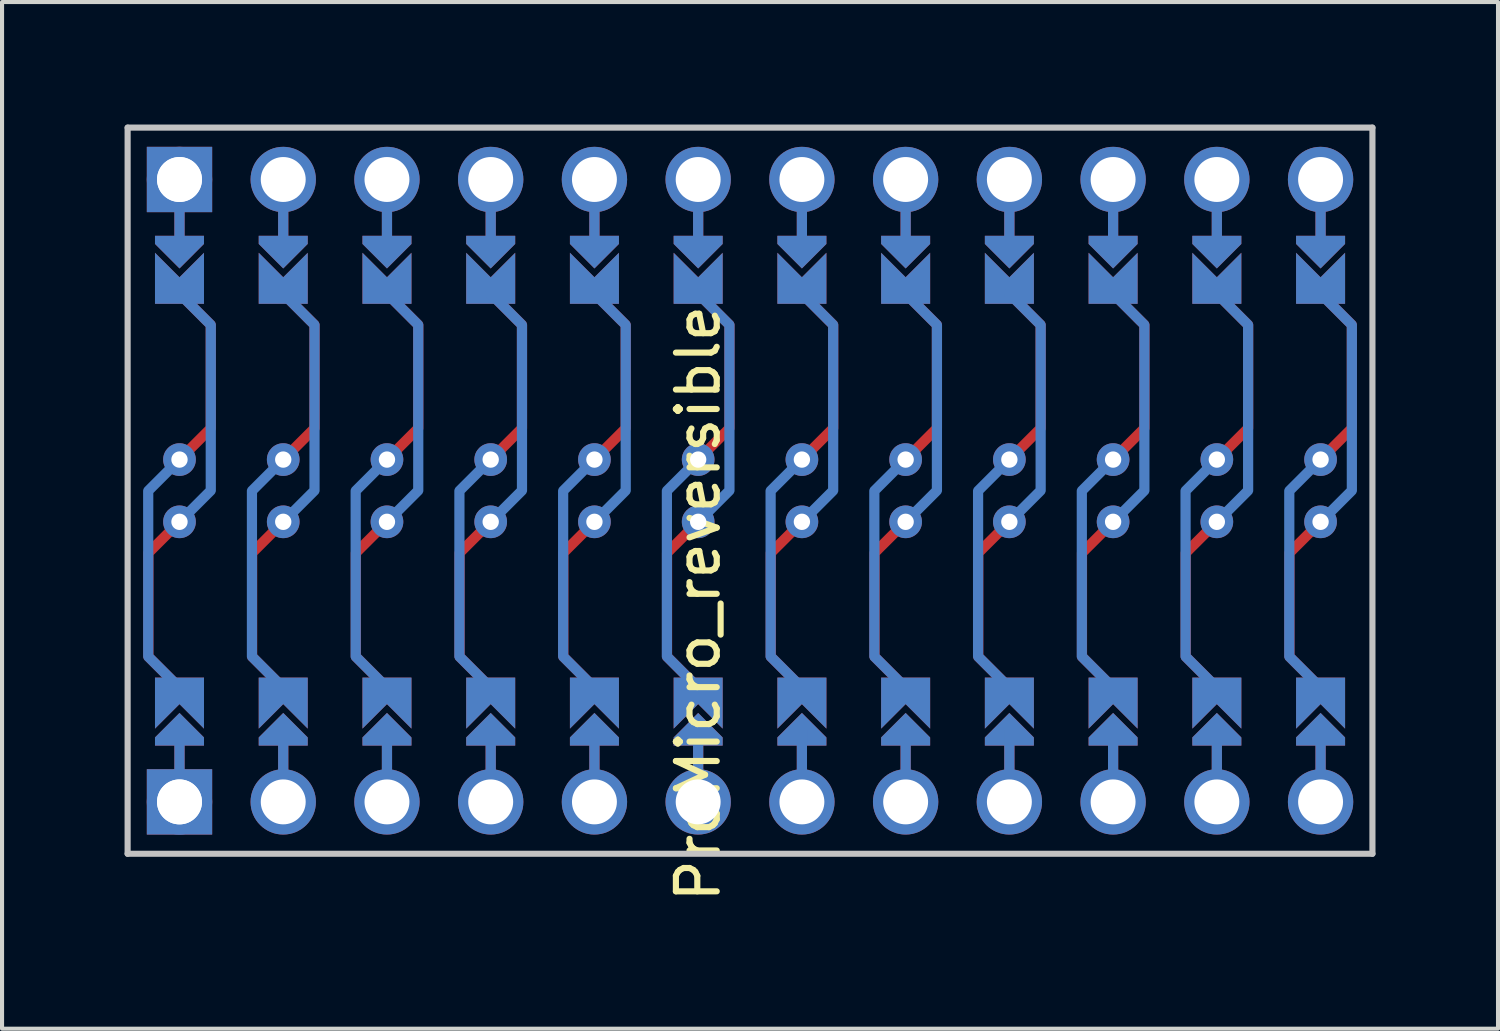
<source format=kicad_pcb>
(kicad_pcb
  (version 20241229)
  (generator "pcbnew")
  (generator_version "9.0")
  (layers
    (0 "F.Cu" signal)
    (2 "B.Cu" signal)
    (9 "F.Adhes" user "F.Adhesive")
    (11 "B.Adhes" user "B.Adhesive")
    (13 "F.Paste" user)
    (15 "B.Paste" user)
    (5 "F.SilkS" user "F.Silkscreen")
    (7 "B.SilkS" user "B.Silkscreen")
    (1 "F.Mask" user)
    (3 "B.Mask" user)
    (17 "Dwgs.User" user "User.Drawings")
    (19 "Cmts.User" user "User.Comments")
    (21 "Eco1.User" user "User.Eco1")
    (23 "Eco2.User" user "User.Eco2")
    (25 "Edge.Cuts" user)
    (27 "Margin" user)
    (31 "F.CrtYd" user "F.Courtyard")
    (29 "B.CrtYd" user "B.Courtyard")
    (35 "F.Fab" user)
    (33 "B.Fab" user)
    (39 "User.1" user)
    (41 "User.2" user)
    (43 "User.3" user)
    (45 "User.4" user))
  (footprint "ProMicro_reversible"
    (layer "F.Cu")
    (at 15.315 8.965)
    (property "Reference" "ProMicro_reversible" (at -1.27 2.762 90) (layer "F.SilkS") (effects (font (size 1 1) (thickness 0.15))))
    (attr through_hole)
    (fp_circle (center -13.97 -0.762) (end -13.845 -0.762) (stroke (width 0.25) (type solid)) (fill no) (layer "F.Mask"))
    (fp_circle (center -13.97 0.762) (end -13.845 0.762) (stroke (width 0.25) (type solid)) (fill no) (layer "F.Mask"))
    (fp_circle (center -11.43 -0.762) (end -11.305 -0.762) (stroke (width 0.25) (type solid)) (fill no) (layer "F.Mask"))
    (fp_circle (center -11.43 0.762) (end -11.305 0.762) (stroke (width 0.25) (type solid)) (fill no) (layer "F.Mask"))
    (fp_circle (center -8.89 -0.762) (end -8.765 -0.762) (stroke (width 0.25) (type solid)) (fill no) (layer "F.Mask"))
    (fp_circle (center -8.89 0.762) (end -8.765 0.762) (stroke (width 0.25) (type solid)) (fill no) (layer "F.Mask"))
    (fp_circle (center -6.35 -0.762) (end -6.225 -0.762) (stroke (width 0.25) (type solid)) (fill no) (layer "F.Mask"))
    (fp_circle (center -6.35 0.762) (end -6.225 0.762) (stroke (width 0.25) (type solid)) (fill no) (layer "F.Mask"))
    (fp_circle (center -3.81 -0.762) (end -3.685 -0.762) (stroke (width 0.25) (type solid)) (fill no) (layer "F.Mask"))
    (fp_circle (center -3.81 0.762) (end -3.685 0.762) (stroke (width 0.25) (type solid)) (fill no) (layer "F.Mask"))
    (fp_circle (center -1.27 -0.762) (end -1.145 -0.762) (stroke (width 0.25) (type solid)) (fill no) (layer "F.Mask"))
    (fp_circle (center -1.27 0.762) (end -1.145 0.762) (stroke (width 0.25) (type solid)) (fill no) (layer "F.Mask"))
    (fp_circle (center 1.27 -0.762) (end 1.395 -0.762) (stroke (width 0.25) (type solid)) (fill no) (layer "F.Mask"))
    (fp_circle (center 1.27 0.762) (end 1.395 0.762) (stroke (width 0.25) (type solid)) (fill no) (layer "F.Mask"))
    (fp_circle (center 3.81 -0.762) (end 3.935 -0.762) (stroke (width 0.25) (type solid)) (fill no) (layer "F.Mask"))
    (fp_circle (center 3.81 0.762) (end 3.935 0.762) (stroke (width 0.25) (type solid)) (fill no) (layer "F.Mask"))
    (fp_circle (center 6.35 -0.762) (end 6.475 -0.762) (stroke (width 0.25) (type solid)) (fill no) (layer "F.Mask"))
    (fp_circle (center 6.35 0.762) (end 6.475 0.762) (stroke (width 0.25) (type solid)) (fill no) (layer "F.Mask"))
    (fp_circle (center 8.89 -0.762) (end 9.015 -0.762) (stroke (width 0.25) (type solid)) (fill no) (layer "F.Mask"))
    (fp_circle (center 8.89 0.762) (end 9.015 0.762) (stroke (width 0.25) (type solid)) (fill no) (layer "F.Mask"))
    (fp_circle (center 11.43 -0.762) (end 11.555 -0.762) (stroke (width 0.25) (type solid)) (fill no) (layer "F.Mask"))
    (fp_circle (center 11.43 0.762) (end 11.555 0.762) (stroke (width 0.25) (type solid)) (fill no) (layer "F.Mask"))
    (fp_circle (center 13.97 -0.762) (end 14.095 -0.762) (stroke (width 0.25) (type solid)) (fill no) (layer "F.Mask"))
    (fp_circle (center 13.97 0.762) (end 14.095 0.762) (stroke (width 0.25) (type solid)) (fill no) (layer "F.Mask"))
    (fp_poly (pts (xy -14.478 5.08) (xy -13.462 5.08) (xy -13.462 6.096) (xy -14.478 6.096)) (stroke (width 0.1) (type solid)) (fill yes) (layer "F.Mask"))
    (fp_poly (pts (xy -13.462 -5.08) (xy -14.478 -5.08) (xy -14.478 -6.096) (xy -13.462 -6.096)) (stroke (width 0.1) (type solid)) (fill yes) (layer "F.Mask"))
    (fp_poly (pts (xy -11.938 5.08) (xy -10.922 5.08) (xy -10.922 6.096) (xy -11.938 6.096)) (stroke (width 0.1) (type solid)) (fill yes) (layer "F.Mask"))
    (fp_poly (pts (xy -10.922 -5.08) (xy -11.938 -5.08) (xy -11.938 -6.096) (xy -10.922 -6.096)) (stroke (width 0.1) (type solid)) (fill yes) (layer "F.Mask"))
    (fp_poly (pts (xy -9.398 5.08) (xy -8.382 5.08) (xy -8.382 6.096) (xy -9.398 6.096)) (stroke (width 0.1) (type solid)) (fill yes) (layer "F.Mask"))
    (fp_poly (pts (xy -8.382 -5.08) (xy -9.398 -5.08) (xy -9.398 -6.096) (xy -8.382 -6.096)) (stroke (width 0.1) (type solid)) (fill yes) (layer "F.Mask"))
    (fp_poly (pts (xy -6.858 5.08) (xy -5.842 5.08) (xy -5.842 6.096) (xy -6.858 6.096)) (stroke (width 0.1) (type solid)) (fill yes) (layer "F.Mask"))
    (fp_poly (pts (xy -5.842 -5.08) (xy -6.858 -5.08) (xy -6.858 -6.096) (xy -5.842 -6.096)) (stroke (width 0.1) (type solid)) (fill yes) (layer "F.Mask"))
    (fp_poly (pts (xy -4.318 5.08) (xy -3.302 5.08) (xy -3.302 6.096) (xy -4.318 6.096)) (stroke (width 0.1) (type solid)) (fill yes) (layer "F.Mask"))
    (fp_poly (pts (xy -3.302 -5.08) (xy -4.318 -5.08) (xy -4.318 -6.096) (xy -3.302 -6.096)) (stroke (width 0.1) (type solid)) (fill yes) (layer "F.Mask"))
    (fp_poly (pts (xy -1.778 5.08) (xy -0.762 5.08) (xy -0.762 6.096) (xy -1.778 6.096)) (stroke (width 0.1) (type solid)) (fill yes) (layer "F.Mask"))
    (fp_poly (pts (xy -0.762 -5.08) (xy -1.778 -5.08) (xy -1.778 -6.096) (xy -0.762 -6.096)) (stroke (width 0.1) (type solid)) (fill yes) (layer "F.Mask"))
    (fp_poly (pts (xy 0.762 5.08) (xy 1.778 5.08) (xy 1.778 6.096) (xy 0.762 6.096)) (stroke (width 0.1) (type solid)) (fill yes) (layer "F.Mask"))
    (fp_poly (pts (xy 1.778 -5.08) (xy 0.762 -5.08) (xy 0.762 -6.096) (xy 1.778 -6.096)) (stroke (width 0.1) (type solid)) (fill yes) (layer "F.Mask"))
    (fp_poly (pts (xy 3.302 5.08) (xy 4.318 5.08) (xy 4.318 6.096) (xy 3.302 6.096)) (stroke (width 0.1) (type solid)) (fill yes) (layer "F.Mask"))
    (fp_poly (pts (xy 4.318 -5.08) (xy 3.302 -5.08) (xy 3.302 -6.096) (xy 4.318 -6.096)) (stroke (width 0.1) (type solid)) (fill yes) (layer "F.Mask"))
    (fp_poly (pts (xy 5.842 5.08) (xy 6.858 5.08) (xy 6.858 6.096) (xy 5.842 6.096)) (stroke (width 0.1) (type solid)) (fill yes) (layer "F.Mask"))
    (fp_poly (pts (xy 6.858 -5.08) (xy 5.842 -5.08) (xy 5.842 -6.096) (xy 6.858 -6.096)) (stroke (width 0.1) (type solid)) (fill yes) (layer "F.Mask"))
    (fp_poly (pts (xy 8.382 5.08) (xy 9.398 5.08) (xy 9.398 6.096) (xy 8.382 6.096)) (stroke (width 0.1) (type solid)) (fill yes) (layer "F.Mask"))
    (fp_poly (pts (xy 9.398 -5.08) (xy 8.382 -5.08) (xy 8.382 -6.096) (xy 9.398 -6.096)) (stroke (width 0.1) (type solid)) (fill yes) (layer "F.Mask"))
    (fp_poly (pts (xy 10.922 5.08) (xy 11.938 5.08) (xy 11.938 6.096) (xy 10.922 6.096)) (stroke (width 0.1) (type solid)) (fill yes) (layer "F.Mask"))
    (fp_poly (pts (xy 11.938 -5.08) (xy 10.922 -5.08) (xy 10.922 -6.096) (xy 11.938 -6.096)) (stroke (width 0.1) (type solid)) (fill yes) (layer "F.Mask"))
    (fp_poly (pts (xy 13.462 5.08) (xy 14.478 5.08) (xy 14.478 6.096) (xy 13.462 6.096)) (stroke (width 0.1) (type solid)) (fill yes) (layer "F.Mask"))
    (fp_poly (pts (xy 14.478 -5.08) (xy 13.462 -5.08) (xy 13.462 -6.096) (xy 14.478 -6.096)) (stroke (width 0.1) (type solid)) (fill yes) (layer "F.Mask"))
    (fp_circle (center -13.97 -0.762) (end -13.845 -0.762) (stroke (width 0.25) (type solid)) (fill no) (layer "B.Mask"))
    (fp_circle (center -13.97 0.762) (end -13.845 0.762) (stroke (width 0.25) (type solid)) (fill no) (layer "B.Mask"))
    (fp_circle (center -11.43 -0.762) (end -11.305 -0.762) (stroke (width 0.25) (type solid)) (fill no) (layer "B.Mask"))
    (fp_circle (center -11.43 0.762) (end -11.305 0.762) (stroke (width 0.25) (type solid)) (fill no) (layer "B.Mask"))
    (fp_circle (center -8.89 -0.762) (end -8.765 -0.762) (stroke (width 0.25) (type solid)) (fill no) (layer "B.Mask"))
    (fp_circle (center -8.89 0.762) (end -8.765 0.762) (stroke (width 0.25) (type solid)) (fill no) (layer "B.Mask"))
    (fp_circle (center -6.35 -0.762) (end -6.225 -0.762) (stroke (width 0.25) (type solid)) (fill no) (layer "B.Mask"))
    (fp_circle (center -6.35 0.762) (end -6.225 0.762) (stroke (width 0.25) (type solid)) (fill no) (layer "B.Mask"))
    (fp_circle (center -3.81 -0.762) (end -3.685 -0.762) (stroke (width 0.25) (type solid)) (fill no) (layer "B.Mask"))
    (fp_circle (center -3.81 0.762) (end -3.685 0.762) (stroke (width 0.25) (type solid)) (fill no) (layer "B.Mask"))
    (fp_circle (center -1.27 -0.762) (end -1.145 -0.762) (stroke (width 0.25) (type solid)) (fill no) (layer "B.Mask"))
    (fp_circle (center -1.27 0.762) (end -1.145 0.762) (stroke (width 0.25) (type solid)) (fill no) (layer "B.Mask"))
    (fp_circle (center 1.27 -0.762) (end 1.395 -0.762) (stroke (width 0.25) (type solid)) (fill no) (layer "B.Mask"))
    (fp_circle (center 1.27 0.762) (end 1.395 0.762) (stroke (width 0.25) (type solid)) (fill no) (layer "B.Mask"))
    (fp_circle (center 3.81 -0.762) (end 3.935 -0.762) (stroke (width 0.25) (type solid)) (fill no) (layer "B.Mask"))
    (fp_circle (center 3.81 0.762) (end 3.935 0.762) (stroke (width 0.25) (type solid)) (fill no) (layer "B.Mask"))
    (fp_circle (center 6.35 -0.762) (end 6.475 -0.762) (stroke (width 0.25) (type solid)) (fill no) (layer "B.Mask"))
    (fp_circle (center 6.35 0.762) (end 6.475 0.762) (stroke (width 0.25) (type solid)) (fill no) (layer "B.Mask"))
    (fp_circle (center 8.89 -0.762) (end 9.015 -0.762) (stroke (width 0.25) (type solid)) (fill no) (layer "B.Mask"))
    (fp_circle (center 8.89 0.762) (end 9.015 0.762) (stroke (width 0.25) (type solid)) (fill no) (layer "B.Mask"))
    (fp_circle (center 11.43 -0.762) (end 11.555 -0.762) (stroke (width 0.25) (type solid)) (fill no) (layer "B.Mask"))
    (fp_circle (center 11.43 0.762) (end 11.555 0.762) (stroke (width 0.25) (type solid)) (fill no) (layer "B.Mask"))
    (fp_circle (center 13.97 -0.762) (end 14.095 -0.762) (stroke (width 0.25) (type solid)) (fill no) (layer "B.Mask"))
    (fp_circle (center 13.97 0.762) (end 14.095 0.762) (stroke (width 0.25) (type solid)) (fill no) (layer "B.Mask"))
    (fp_poly (pts (xy -14.478 5.08) (xy -13.462 5.08) (xy -13.462 6.096) (xy -14.478 6.096)) (stroke (width 0.1) (type solid)) (fill yes) (layer "B.Mask"))
    (fp_poly (pts (xy -13.462 -5.08) (xy -14.478 -5.08) (xy -14.478 -6.096) (xy -13.462 -6.096)) (stroke (width 0.1) (type solid)) (fill yes) (layer "B.Mask"))
    (fp_poly (pts (xy -11.938 5.08) (xy -10.922 5.08) (xy -10.922 6.096) (xy -11.938 6.096)) (stroke (width 0.1) (type solid)) (fill yes) (layer "B.Mask"))
    (fp_poly (pts (xy -10.922 -5.08) (xy -11.938 -5.08) (xy -11.938 -6.096) (xy -10.922 -6.096)) (stroke (width 0.1) (type solid)) (fill yes) (layer "B.Mask"))
    (fp_poly (pts (xy -9.398 5.08) (xy -8.382 5.08) (xy -8.382 6.096) (xy -9.398 6.096)) (stroke (width 0.1) (type solid)) (fill yes) (layer "B.Mask"))
    (fp_poly (pts (xy -8.382 -5.08) (xy -9.398 -5.08) (xy -9.398 -6.096) (xy -8.382 -6.096)) (stroke (width 0.1) (type solid)) (fill yes) (layer "B.Mask"))
    (fp_poly (pts (xy -6.858 5.08) (xy -5.842 5.08) (xy -5.842 6.096) (xy -6.858 6.096)) (stroke (width 0.1) (type solid)) (fill yes) (layer "B.Mask"))
    (fp_poly (pts (xy -5.842 -5.08) (xy -6.858 -5.08) (xy -6.858 -6.096) (xy -5.842 -6.096)) (stroke (width 0.1) (type solid)) (fill yes) (layer "B.Mask"))
    (fp_poly (pts (xy -4.318 5.08) (xy -3.302 5.08) (xy -3.302 6.096) (xy -4.318 6.096)) (stroke (width 0.1) (type solid)) (fill yes) (layer "B.Mask"))
    (fp_poly (pts (xy -3.302 -5.08) (xy -4.318 -5.08) (xy -4.318 -6.096) (xy -3.302 -6.096)) (stroke (width 0.1) (type solid)) (fill yes) (layer "B.Mask"))
    (fp_poly (pts (xy -1.778 5.08) (xy -0.762 5.08) (xy -0.762 6.096) (xy -1.778 6.096)) (stroke (width 0.1) (type solid)) (fill yes) (layer "B.Mask"))
    (fp_poly (pts (xy -0.762 -5.08) (xy -1.778 -5.08) (xy -1.778 -6.096) (xy -0.762 -6.096)) (stroke (width 0.1) (type solid)) (fill yes) (layer "B.Mask"))
    (fp_poly (pts (xy 0.762 5.08) (xy 1.778 5.08) (xy 1.778 6.096) (xy 0.762 6.096)) (stroke (width 0.1) (type solid)) (fill yes) (layer "B.Mask"))
    (fp_poly (pts (xy 1.778 -5.08) (xy 0.762 -5.08) (xy 0.762 -6.096) (xy 1.778 -6.096)) (stroke (width 0.1) (type solid)) (fill yes) (layer "B.Mask"))
    (fp_poly (pts (xy 3.302 5.08) (xy 4.318 5.08) (xy 4.318 6.096) (xy 3.302 6.096)) (stroke (width 0.1) (type solid)) (fill yes) (layer "B.Mask"))
    (fp_poly (pts (xy 4.318 -5.08) (xy 3.302 -5.08) (xy 3.302 -6.096) (xy 4.318 -6.096)) (stroke (width 0.1) (type solid)) (fill yes) (layer "B.Mask"))
    (fp_poly (pts (xy 5.842 5.08) (xy 6.858 5.08) (xy 6.858 6.096) (xy 5.842 6.096)) (stroke (width 0.1) (type solid)) (fill yes) (layer "B.Mask"))
    (fp_poly (pts (xy 6.858 -5.08) (xy 5.842 -5.08) (xy 5.842 -6.096) (xy 6.858 -6.096)) (stroke (width 0.1) (type solid)) (fill yes) (layer "B.Mask"))
    (fp_poly (pts (xy 8.382 5.08) (xy 9.398 5.08) (xy 9.398 6.096) (xy 8.382 6.096)) (stroke (width 0.1) (type solid)) (fill yes) (layer "B.Mask"))
    (fp_poly (pts (xy 9.398 -5.08) (xy 8.382 -5.08) (xy 8.382 -6.096) (xy 9.398 -6.096)) (stroke (width 0.1) (type solid)) (fill yes) (layer "B.Mask"))
    (fp_poly (pts (xy 10.922 5.08) (xy 11.938 5.08) (xy 11.938 6.096) (xy 10.922 6.096)) (stroke (width 0.1) (type solid)) (fill yes) (layer "B.Mask"))
    (fp_poly (pts (xy 11.938 -5.08) (xy 10.922 -5.08) (xy 10.922 -6.096) (xy 11.938 -6.096)) (stroke (width 0.1) (type solid)) (fill yes) (layer "B.Mask"))
    (fp_poly (pts (xy 13.462 5.08) (xy 14.478 5.08) (xy 14.478 6.096) (xy 13.462 6.096)) (stroke (width 0.1) (type solid)) (fill yes) (layer "B.Mask"))
    (fp_poly (pts (xy 14.478 -5.08) (xy 13.462 -5.08) (xy 13.462 -6.096) (xy 14.478 -6.096)) (stroke (width 0.1) (type solid)) (fill yes) (layer "B.Mask"))
    (fp_line (start -15.24 -8.89) (end 15.24 -8.89) (stroke (width 0.15) (type solid)) (layer "Dwgs.User"))
    (fp_line (start -15.24 8.89) (end -15.24 -8.89) (stroke (width 0.15) (type solid)) (layer "Dwgs.User"))
    (fp_line (start -15.24 8.89) (end 15.24 8.89) (stroke (width 0.15) (type solid)) (layer "Dwgs.User"))
    (fp_line (start 15.24 -8.89) (end 15.24 8.89) (stroke (width 0.15) (type solid)) (layer "Dwgs.User"))
    (pad "" thru_hole circle (at -13.97 -7.62) (size 1.6 1.6) (drill 1.1) (layers "*.Cu" "*.Mask"))
    (pad "" thru_hole rect (at -13.97 -7.62) (size 1.6 1.6) (drill 1.1) (layers "B.Cu" "B.Mask"))
    (pad "" smd custom (at -13.97 -6.35) (size 0.25 1) (layers "F.Cu") (options (anchor rect)) (primitives))
    (pad "" smd custom (at -13.97 -6.35) (size 0.25 1) (layers "B.Cu") (options (anchor rect)) (primitives))
    (pad "" smd custom (at -13.97 -5.842) (size 0.1 0.1) (layers "F.Cu" "F.Mask") (options (anchor rect)) (primitives (gr_poly (pts (xy 0.6 -0.4) (xy -0.6 -0.4) (xy -0.6 -0.2) (xy 0 0.4) (xy 0.6 -0.2)) (width 0) (fill yes))))
    (pad "" smd custom (at -13.97 -5.842) (size 0.1 0.1) (layers "B.Cu" "B.Mask") (options (anchor rect)) (primitives (gr_poly (pts (xy 0.6 -0.4) (xy -0.6 -0.4) (xy -0.6 -0.2) (xy 0 0.4) (xy 0.6 -0.2)) (width 0) (fill yes))))
    (pad "" smd custom (at -13.97 5.842 180) (size 0.1 0.1) (layers "F.Cu" "F.Mask") (options (anchor rect)) (primitives (gr_poly (pts (xy 0.6 -0.4) (xy -0.6 -0.4) (xy -0.6 -0.2) (xy 0 0.4) (xy 0.6 -0.2)) (width 0) (fill yes))))
    (pad "" smd custom (at -13.97 5.842 180) (size 0.1 0.1) (layers "B.Cu" "B.Mask") (options (anchor rect)) (primitives (gr_poly (pts (xy 0.6 -0.4) (xy -0.6 -0.4) (xy -0.6 -0.2) (xy 0 0.4) (xy 0.6 -0.2)) (width 0) (fill yes))))
    (pad "" smd custom (at -13.97 6.35 180) (size 0.25 1) (layers "F.Cu") (options (anchor rect)) (primitives))
    (pad "" smd custom (at -13.97 6.35 180) (size 0.25 1) (layers "B.Cu") (options (anchor rect)) (primitives))
    (pad "" thru_hole circle (at -13.97 7.62) (size 1.6 1.6) (drill 1.1) (layers "*.Cu" "*.Mask"))
    (pad "" thru_hole rect (at -13.97 7.62) (size 1.6 1.6) (drill 1.1) (layers "F.Cu" "F.Mask"))
    (pad "" thru_hole circle (at -11.43 -7.62) (size 1.6 1.6) (drill 1.1) (layers "*.Cu" "*.Mask"))
    (pad "" smd custom (at -11.43 -6.35) (size 0.25 1) (layers "F.Cu") (options (anchor rect)) (primitives))
    (pad "" smd custom (at -11.43 -6.35) (size 0.25 1) (layers "B.Cu") (options (anchor rect)) (primitives))
    (pad "" smd custom (at -11.43 -5.842) (size 0.1 0.1) (layers "F.Cu" "F.Mask") (options (anchor rect)) (primitives (gr_poly (pts (xy 0.6 -0.4) (xy -0.6 -0.4) (xy -0.6 -0.2) (xy 0 0.4) (xy 0.6 -0.2)) (width 0) (fill yes))))
    (pad "" smd custom (at -11.43 -5.842) (size 0.1 0.1) (layers "B.Cu" "B.Mask") (options (anchor rect)) (primitives (gr_poly (pts (xy 0.6 -0.4) (xy -0.6 -0.4) (xy -0.6 -0.2) (xy 0 0.4) (xy 0.6 -0.2)) (width 0) (fill yes))))
    (pad "" smd custom (at -11.43 5.842 180) (size 0.1 0.1) (layers "F.Cu" "F.Mask") (options (anchor rect)) (primitives (gr_poly (pts (xy 0.6 -0.4) (xy -0.6 -0.4) (xy -0.6 -0.2) (xy 0 0.4) (xy 0.6 -0.2)) (width 0) (fill yes))))
    (pad "" smd custom (at -11.43 5.842 180) (size 0.1 0.1) (layers "B.Cu" "B.Mask") (options (anchor rect)) (primitives (gr_poly (pts (xy 0.6 -0.4) (xy -0.6 -0.4) (xy -0.6 -0.2) (xy 0 0.4) (xy 0.6 -0.2)) (width 0) (fill yes))))
    (pad "" smd custom (at -11.43 6.35 180) (size 0.25 1) (layers "F.Cu") (options (anchor rect)) (primitives))
    (pad "" smd custom (at -11.43 6.35 180) (size 0.25 1) (layers "B.Cu") (options (anchor rect)) (primitives))
    (pad "" thru_hole circle (at -11.43 7.62) (size 1.6 1.6) (drill 1.1) (layers "*.Cu" "*.Mask"))
    (pad "" thru_hole circle (at -8.89 -7.62) (size 1.6 1.6) (drill 1.1) (layers "*.Cu" "*.Mask"))
    (pad "" smd custom (at -8.89 -6.35) (size 0.25 1) (layers "F.Cu") (options (anchor rect)) (primitives))
    (pad "" smd custom (at -8.89 -6.35) (size 0.25 1) (layers "B.Cu") (options (anchor rect)) (primitives))
    (pad "" smd custom (at -8.89 -5.842) (size 0.1 0.1) (layers "F.Cu" "F.Mask") (options (anchor rect)) (primitives (gr_poly (pts (xy 0.6 -0.4) (xy -0.6 -0.4) (xy -0.6 -0.2) (xy 0 0.4) (xy 0.6 -0.2)) (width 0) (fill yes))))
    (pad "" smd custom (at -8.89 -5.842) (size 0.1 0.1) (layers "B.Cu" "B.Mask") (options (anchor rect)) (primitives (gr_poly (pts (xy 0.6 -0.4) (xy -0.6 -0.4) (xy -0.6 -0.2) (xy 0 0.4) (xy 0.6 -0.2)) (width 0) (fill yes))))
    (pad "" smd custom (at -8.89 5.842 180) (size 0.1 0.1) (layers "F.Cu" "F.Mask") (options (anchor rect)) (primitives (gr_poly (pts (xy 0.6 -0.4) (xy -0.6 -0.4) (xy -0.6 -0.2) (xy 0 0.4) (xy 0.6 -0.2)) (width 0) (fill yes))))
    (pad "" smd custom (at -8.89 5.842 180) (size 0.1 0.1) (layers "B.Cu" "B.Mask") (options (anchor rect)) (primitives (gr_poly (pts (xy 0.6 -0.4) (xy -0.6 -0.4) (xy -0.6 -0.2) (xy 0 0.4) (xy 0.6 -0.2)) (width 0) (fill yes))))
    (pad "" smd custom (at -8.89 6.35 180) (size 0.25 1) (layers "F.Cu") (options (anchor rect)) (primitives))
    (pad "" smd custom (at -8.89 6.35 180) (size 0.25 1) (layers "B.Cu") (options (anchor rect)) (primitives))
    (pad "" thru_hole circle (at -8.89 7.62) (size 1.6 1.6) (drill 1.1) (layers "*.Cu" "*.Mask"))
    (pad "" thru_hole circle (at -6.35 -7.62) (size 1.6 1.6) (drill 1.1) (layers "*.Cu" "*.Mask"))
    (pad "" smd custom (at -6.35 -6.35) (size 0.25 1) (layers "F.Cu") (options (anchor rect)) (primitives))
    (pad "" smd custom (at -6.35 -6.35) (size 0.25 1) (layers "B.Cu") (options (anchor rect)) (primitives))
    (pad "" smd custom (at -6.35 -5.842) (size 0.1 0.1) (layers "F.Cu" "F.Mask") (options (anchor rect)) (primitives (gr_poly (pts (xy 0.6 -0.4) (xy -0.6 -0.4) (xy -0.6 -0.2) (xy 0 0.4) (xy 0.6 -0.2)) (width 0) (fill yes))))
    (pad "" smd custom (at -6.35 -5.842) (size 0.1 0.1) (layers "B.Cu" "B.Mask") (options (anchor rect)) (primitives (gr_poly (pts (xy 0.6 -0.4) (xy -0.6 -0.4) (xy -0.6 -0.2) (xy 0 0.4) (xy 0.6 -0.2)) (width 0) (fill yes))))
    (pad "" smd custom (at -6.35 5.842 180) (size 0.1 0.1) (layers "F.Cu" "F.Mask") (options (anchor rect)) (primitives (gr_poly (pts (xy 0.6 -0.4) (xy -0.6 -0.4) (xy -0.6 -0.2) (xy 0 0.4) (xy 0.6 -0.2)) (width 0) (fill yes))))
    (pad "" smd custom (at -6.35 5.842 180) (size 0.1 0.1) (layers "B.Cu" "B.Mask") (options (anchor rect)) (primitives (gr_poly (pts (xy 0.6 -0.4) (xy -0.6 -0.4) (xy -0.6 -0.2) (xy 0 0.4) (xy 0.6 -0.2)) (width 0) (fill yes))))
    (pad "" smd custom (at -6.35 6.35 180) (size 0.25 1) (layers "F.Cu") (options (anchor rect)) (primitives))
    (pad "" smd custom (at -6.35 6.35 180) (size 0.25 1) (layers "B.Cu") (options (anchor rect)) (primitives))
    (pad "" thru_hole circle (at -6.35 7.62) (size 1.6 1.6) (drill 1.1) (layers "*.Cu" "*.Mask"))
    (pad "" thru_hole circle (at -3.81 -7.62) (size 1.6 1.6) (drill 1.1) (layers "*.Cu" "*.Mask"))
    (pad "" smd custom (at -3.81 -6.35) (size 0.25 1) (layers "F.Cu") (options (anchor rect)) (primitives))
    (pad "" smd custom (at -3.81 -6.35) (size 0.25 1) (layers "B.Cu") (options (anchor rect)) (primitives))
    (pad "" smd custom (at -3.81 -5.842) (size 0.1 0.1) (layers "F.Cu" "F.Mask") (options (anchor rect)) (primitives (gr_poly (pts (xy 0.6 -0.4) (xy -0.6 -0.4) (xy -0.6 -0.2) (xy 0 0.4) (xy 0.6 -0.2)) (width 0) (fill yes))))
    (pad "" smd custom (at -3.81 -5.842) (size 0.1 0.1) (layers "B.Cu" "B.Mask") (options (anchor rect)) (primitives (gr_poly (pts (xy 0.6 -0.4) (xy -0.6 -0.4) (xy -0.6 -0.2) (xy 0 0.4) (xy 0.6 -0.2)) (width 0) (fill yes))))
    (pad "" smd custom (at -3.81 5.842 180) (size 0.1 0.1) (layers "F.Cu" "F.Mask") (options (anchor rect)) (primitives (gr_poly (pts (xy 0.6 -0.4) (xy -0.6 -0.4) (xy -0.6 -0.2) (xy 0 0.4) (xy 0.6 -0.2)) (width 0) (fill yes))))
    (pad "" smd custom (at -3.81 5.842 180) (size 0.1 0.1) (layers "B.Cu" "B.Mask") (options (anchor rect)) (primitives (gr_poly (pts (xy 0.6 -0.4) (xy -0.6 -0.4) (xy -0.6 -0.2) (xy 0 0.4) (xy 0.6 -0.2)) (width 0) (fill yes))))
    (pad "" smd custom (at -3.81 6.35 180) (size 0.25 1) (layers "F.Cu") (options (anchor rect)) (primitives))
    (pad "" smd custom (at -3.81 6.35 180) (size 0.25 1) (layers "B.Cu") (options (anchor rect)) (primitives))
    (pad "" thru_hole circle (at -3.81 7.62) (size 1.6 1.6) (drill 1.1) (layers "*.Cu" "*.Mask"))
    (pad "" thru_hole circle (at -1.27 -7.62) (size 1.6 1.6) (drill 1.1) (layers "*.Cu" "*.Mask"))
    (pad "" smd custom (at -1.27 -6.35) (size 0.25 1) (layers "F.Cu") (options (anchor rect)) (primitives))
    (pad "" smd custom (at -1.27 -6.35) (size 0.25 1) (layers "B.Cu") (options (anchor rect)) (primitives))
    (pad "" smd custom (at -1.27 -5.842) (size 0.1 0.1) (layers "F.Cu" "F.Mask") (options (anchor rect)) (primitives (gr_poly (pts (xy 0.6 -0.4) (xy -0.6 -0.4) (xy -0.6 -0.2) (xy 0 0.4) (xy 0.6 -0.2)) (width 0) (fill yes))))
    (pad "" smd custom (at -1.27 -5.842) (size 0.1 0.1) (layers "B.Cu" "B.Mask") (options (anchor rect)) (primitives (gr_poly (pts (xy 0.6 -0.4) (xy -0.6 -0.4) (xy -0.6 -0.2) (xy 0 0.4) (xy 0.6 -0.2)) (width 0) (fill yes))))
    (pad "" smd custom (at -1.27 5.842 180) (size 0.1 0.1) (layers "F.Cu" "F.Mask") (options (anchor rect)) (primitives (gr_poly (pts (xy 0.6 -0.4) (xy -0.6 -0.4) (xy -0.6 -0.2) (xy 0 0.4) (xy 0.6 -0.2)) (width 0) (fill yes))))
    (pad "" smd custom (at -1.27 5.842 180) (size 0.1 0.1) (layers "B.Cu" "B.Mask") (options (anchor rect)) (primitives (gr_poly (pts (xy 0.6 -0.4) (xy -0.6 -0.4) (xy -0.6 -0.2) (xy 0 0.4) (xy 0.6 -0.2)) (width 0) (fill yes))))
    (pad "" smd custom (at -1.27 6.35 180) (size 0.25 1) (layers "F.Cu") (options (anchor rect)) (primitives))
    (pad "" smd custom (at -1.27 6.35 180) (size 0.25 1) (layers "B.Cu") (options (anchor rect)) (primitives))
    (pad "" thru_hole circle (at -1.27 7.62) (size 1.6 1.6) (drill 1.1) (layers "*.Cu" "*.Mask"))
    (pad "" thru_hole circle (at 1.27 -7.62) (size 1.6 1.6) (drill 1.1) (layers "*.Cu" "*.Mask"))
    (pad "" smd custom (at 1.27 -6.35) (size 0.25 1) (layers "F.Cu") (options (anchor rect)) (primitives))
    (pad "" smd custom (at 1.27 -6.35) (size 0.25 1) (layers "B.Cu") (options (anchor rect)) (primitives))
    (pad "" smd custom (at 1.27 -5.842) (size 0.1 0.1) (layers "F.Cu" "F.Mask") (options (anchor rect)) (primitives (gr_poly (pts (xy 0.6 -0.4) (xy -0.6 -0.4) (xy -0.6 -0.2) (xy 0 0.4) (xy 0.6 -0.2)) (width 0) (fill yes))))
    (pad "" smd custom (at 1.27 -5.842) (size 0.1 0.1) (layers "B.Cu" "B.Mask") (options (anchor rect)) (primitives (gr_poly (pts (xy 0.6 -0.4) (xy -0.6 -0.4) (xy -0.6 -0.2) (xy 0 0.4) (xy 0.6 -0.2)) (width 0) (fill yes))))
    (pad "" smd custom (at 1.27 5.842 180) (size 0.1 0.1) (layers "F.Cu" "F.Mask") (options (anchor rect)) (primitives (gr_poly (pts (xy 0.6 -0.4) (xy -0.6 -0.4) (xy -0.6 -0.2) (xy 0 0.4) (xy 0.6 -0.2)) (width 0) (fill yes))))
    (pad "" smd custom (at 1.27 5.842 180) (size 0.1 0.1) (layers "B.Cu" "B.Mask") (options (anchor rect)) (primitives (gr_poly (pts (xy 0.6 -0.4) (xy -0.6 -0.4) (xy -0.6 -0.2) (xy 0 0.4) (xy 0.6 -0.2)) (width 0) (fill yes))))
    (pad "" smd custom (at 1.27 6.35 180) (size 0.25 1) (layers "F.Cu") (options (anchor rect)) (primitives))
    (pad "" smd custom (at 1.27 6.35 180) (size 0.25 1) (layers "B.Cu") (options (anchor rect)) (primitives))
    (pad "" thru_hole circle (at 1.27 7.62) (size 1.6 1.6) (drill 1.1) (layers "*.Cu" "*.Mask"))
    (pad "" thru_hole circle (at 3.81 -7.62) (size 1.6 1.6) (drill 1.1) (layers "*.Cu" "*.Mask"))
    (pad "" smd custom (at 3.81 -6.35) (size 0.25 1) (layers "F.Cu") (options (anchor rect)) (primitives))
    (pad "" smd custom (at 3.81 -6.35) (size 0.25 1) (layers "B.Cu") (options (anchor rect)) (primitives))
    (pad "" smd custom (at 3.81 -5.842) (size 0.1 0.1) (layers "F.Cu" "F.Mask") (options (anchor rect)) (primitives (gr_poly (pts (xy 0.6 -0.4) (xy -0.6 -0.4) (xy -0.6 -0.2) (xy 0 0.4) (xy 0.6 -0.2)) (width 0) (fill yes))))
    (pad "" smd custom (at 3.81 -5.842) (size 0.1 0.1) (layers "B.Cu" "B.Mask") (options (anchor rect)) (primitives (gr_poly (pts (xy 0.6 -0.4) (xy -0.6 -0.4) (xy -0.6 -0.2) (xy 0 0.4) (xy 0.6 -0.2)) (width 0) (fill yes))))
    (pad "" smd custom (at 3.81 5.842 180) (size 0.1 0.1) (layers "F.Cu" "F.Mask") (options (anchor rect)) (primitives (gr_poly (pts (xy 0.6 -0.4) (xy -0.6 -0.4) (xy -0.6 -0.2) (xy 0 0.4) (xy 0.6 -0.2)) (width 0) (fill yes))))
    (pad "" smd custom (at 3.81 5.842 180) (size 0.1 0.1) (layers "B.Cu" "B.Mask") (options (anchor rect)) (primitives (gr_poly (pts (xy 0.6 -0.4) (xy -0.6 -0.4) (xy -0.6 -0.2) (xy 0 0.4) (xy 0.6 -0.2)) (width 0) (fill yes))))
    (pad "" smd custom (at 3.81 6.35 180) (size 0.25 1) (layers "F.Cu") (options (anchor rect)) (primitives))
    (pad "" smd custom (at 3.81 6.35 180) (size 0.25 1) (layers "B.Cu") (options (anchor rect)) (primitives))
    (pad "" thru_hole circle (at 3.81 7.62) (size 1.6 1.6) (drill 1.1) (layers "*.Cu" "*.Mask"))
    (pad "" thru_hole circle (at 6.35 -7.62) (size 1.6 1.6) (drill 1.1) (layers "*.Cu" "*.Mask"))
    (pad "" smd custom (at 6.35 -6.35) (size 0.25 1) (layers "F.Cu") (options (anchor rect)) (primitives))
    (pad "" smd custom (at 6.35 -6.35) (size 0.25 1) (layers "B.Cu") (options (anchor rect)) (primitives))
    (pad "" smd custom (at 6.35 -5.842) (size 0.1 0.1) (layers "F.Cu" "F.Mask") (options (anchor rect)) (primitives (gr_poly (pts (xy 0.6 -0.4) (xy -0.6 -0.4) (xy -0.6 -0.2) (xy 0 0.4) (xy 0.6 -0.2)) (width 0) (fill yes))))
    (pad "" smd custom (at 6.35 -5.842) (size 0.1 0.1) (layers "B.Cu" "B.Mask") (options (anchor rect)) (primitives (gr_poly (pts (xy 0.6 -0.4) (xy -0.6 -0.4) (xy -0.6 -0.2) (xy 0 0.4) (xy 0.6 -0.2)) (width 0) (fill yes))))
    (pad "" smd custom (at 6.35 5.842 180) (size 0.1 0.1) (layers "F.Cu" "F.Mask") (options (anchor rect)) (primitives (gr_poly (pts (xy 0.6 -0.4) (xy -0.6 -0.4) (xy -0.6 -0.2) (xy 0 0.4) (xy 0.6 -0.2)) (width 0) (fill yes))))
    (pad "" smd custom (at 6.35 5.842 180) (size 0.1 0.1) (layers "B.Cu" "B.Mask") (options (anchor rect)) (primitives (gr_poly (pts (xy 0.6 -0.4) (xy -0.6 -0.4) (xy -0.6 -0.2) (xy 0 0.4) (xy 0.6 -0.2)) (width 0) (fill yes))))
    (pad "" smd custom (at 6.35 6.35 180) (size 0.25 1) (layers "F.Cu") (options (anchor rect)) (primitives))
    (pad "" smd custom (at 6.35 6.35 180) (size 0.25 1) (layers "B.Cu") (options (anchor rect)) (primitives))
    (pad "" thru_hole circle (at 6.35 7.62) (size 1.6 1.6) (drill 1.1) (layers "*.Cu" "*.Mask"))
    (pad "" thru_hole circle (at 8.89 -7.62) (size 1.6 1.6) (drill 1.1) (layers "*.Cu" "*.Mask"))
    (pad "" smd custom (at 8.89 -6.35) (size 0.25 1) (layers "F.Cu") (options (anchor rect)) (primitives))
    (pad "" smd custom (at 8.89 -6.35) (size 0.25 1) (layers "B.Cu") (options (anchor rect)) (primitives))
    (pad "" smd custom (at 8.89 -5.842) (size 0.1 0.1) (layers "F.Cu" "F.Mask") (options (anchor rect)) (primitives (gr_poly (pts (xy 0.6 -0.4) (xy -0.6 -0.4) (xy -0.6 -0.2) (xy 0 0.4) (xy 0.6 -0.2)) (width 0) (fill yes))))
    (pad "" smd custom (at 8.89 -5.842) (size 0.1 0.1) (layers "B.Cu" "B.Mask") (options (anchor rect)) (primitives (gr_poly (pts (xy 0.6 -0.4) (xy -0.6 -0.4) (xy -0.6 -0.2) (xy 0 0.4) (xy 0.6 -0.2)) (width 0) (fill yes))))
    (pad "" smd custom (at 8.89 5.842 180) (size 0.1 0.1) (layers "F.Cu" "F.Mask") (options (anchor rect)) (primitives (gr_poly (pts (xy 0.6 -0.4) (xy -0.6 -0.4) (xy -0.6 -0.2) (xy 0 0.4) (xy 0.6 -0.2)) (width 0) (fill yes))))
    (pad "" smd custom (at 8.89 5.842 180) (size 0.1 0.1) (layers "B.Cu" "B.Mask") (options (anchor rect)) (primitives (gr_poly (pts (xy 0.6 -0.4) (xy -0.6 -0.4) (xy -0.6 -0.2) (xy 0 0.4) (xy 0.6 -0.2)) (width 0) (fill yes))))
    (pad "" smd custom (at 8.89 6.35 180) (size 0.25 1) (layers "F.Cu") (options (anchor rect)) (primitives))
    (pad "" smd custom (at 8.89 6.35 180) (size 0.25 1) (layers "B.Cu") (options (anchor rect)) (primitives))
    (pad "" thru_hole circle (at 8.89 7.62) (size 1.6 1.6) (drill 1.1) (layers "*.Cu" "*.Mask"))
    (pad "" thru_hole circle (at 11.43 -7.62) (size 1.6 1.6) (drill 1.1) (layers "*.Cu" "*.Mask"))
    (pad "" smd custom (at 11.43 -6.35) (size 0.25 1) (layers "F.Cu") (options (anchor rect)) (primitives))
    (pad "" smd custom (at 11.43 -6.35) (size 0.25 1) (layers "B.Cu") (options (anchor rect)) (primitives))
    (pad "" smd custom (at 11.43 -5.842) (size 0.1 0.1) (layers "F.Cu" "F.Mask") (options (anchor rect)) (primitives (gr_poly (pts (xy 0.6 -0.4) (xy -0.6 -0.4) (xy -0.6 -0.2) (xy 0 0.4) (xy 0.6 -0.2)) (width 0) (fill yes))))
    (pad "" smd custom (at 11.43 -5.842) (size 0.1 0.1) (layers "B.Cu" "B.Mask") (options (anchor rect)) (primitives (gr_poly (pts (xy 0.6 -0.4) (xy -0.6 -0.4) (xy -0.6 -0.2) (xy 0 0.4) (xy 0.6 -0.2)) (width 0) (fill yes))))
    (pad "" smd custom (at 11.43 5.842 180) (size 0.1 0.1) (layers "F.Cu" "F.Mask") (options (anchor rect)) (primitives (gr_poly (pts (xy 0.6 -0.4) (xy -0.6 -0.4) (xy -0.6 -0.2) (xy 0 0.4) (xy 0.6 -0.2)) (width 0) (fill yes))))
    (pad "" smd custom (at 11.43 5.842 180) (size 0.1 0.1) (layers "B.Cu" "B.Mask") (options (anchor rect)) (primitives (gr_poly (pts (xy 0.6 -0.4) (xy -0.6 -0.4) (xy -0.6 -0.2) (xy 0 0.4) (xy 0.6 -0.2)) (width 0) (fill yes))))
    (pad "" smd custom (at 11.43 6.35 180) (size 0.25 1) (layers "F.Cu") (options (anchor rect)) (primitives))
    (pad "" smd custom (at 11.43 6.35 180) (size 0.25 1) (layers "B.Cu") (options (anchor rect)) (primitives))
    (pad "" thru_hole circle (at 11.43 7.62) (size 1.6 1.6) (drill 1.1) (layers "*.Cu" "*.Mask"))
    (pad "" thru_hole circle (at 13.97 -7.62) (size 1.6 1.6) (drill 1.1) (layers "*.Cu" "*.Mask"))
    (pad "" smd custom (at 13.97 -6.35) (size 0.25 1) (layers "F.Cu") (options (anchor rect)) (primitives))
    (pad "" smd custom (at 13.97 -6.35) (size 0.25 1) (layers "B.Cu") (options (anchor rect)) (primitives))
    (pad "" smd custom (at 13.97 -5.842) (size 0.1 0.1) (layers "F.Cu" "F.Mask") (options (anchor rect)) (primitives (gr_poly (pts (xy 0.6 -0.4) (xy -0.6 -0.4) (xy -0.6 -0.2) (xy 0 0.4) (xy 0.6 -0.2)) (width 0) (fill yes))))
    (pad "" smd custom (at 13.97 -5.842) (size 0.1 0.1) (layers "B.Cu" "B.Mask") (options (anchor rect)) (primitives (gr_poly (pts (xy 0.6 -0.4) (xy -0.6 -0.4) (xy -0.6 -0.2) (xy 0 0.4) (xy 0.6 -0.2)) (width 0) (fill yes))))
    (pad "" smd custom (at 13.97 5.842 180) (size 0.1 0.1) (layers "F.Cu" "F.Mask") (options (anchor rect)) (primitives (gr_poly (pts (xy 0.6 -0.4) (xy -0.6 -0.4) (xy -0.6 -0.2) (xy 0 0.4) (xy 0.6 -0.2)) (width 0) (fill yes))))
    (pad "" smd custom (at 13.97 5.842 180) (size 0.1 0.1) (layers "B.Cu" "B.Mask") (options (anchor rect)) (primitives (gr_poly (pts (xy 0.6 -0.4) (xy -0.6 -0.4) (xy -0.6 -0.2) (xy 0 0.4) (xy 0.6 -0.2)) (width 0) (fill yes))))
    (pad "" smd custom (at 13.97 6.35 180) (size 0.25 1) (layers "F.Cu") (options (anchor rect)) (primitives))
    (pad "" smd custom (at 13.97 6.35 180) (size 0.25 1) (layers "B.Cu") (options (anchor rect)) (primitives))
    (pad "" thru_hole circle (at 13.97 7.62) (size 1.6 1.6) (drill 1.1) (layers "*.Cu" "*.Mask"))
    (pad "1" smd custom (at -13.97 -4.826) (size 1.2 0.5) (layers "B.Cu" "B.Mask") (options (anchor rect)) (primitives (gr_poly (pts (xy 0.6 0) (xy -0.6 0) (xy -0.6 -1) (xy 0 -0.4) (xy 0.6 -1)) (width 0) (fill yes))))
    (pad "1" smd custom (at -13.97 0.762 180) (size 0.25 0.25) (layers "F.Cu") (options (anchor circle)) (primitives (gr_line (start 0 0) (end 0.762 -0.762) (width 0.25)) (gr_line (start 0.762 -0.762) (end 0.762 -3.302) (width 0.25)) (gr_line (start 0.762 -3.302) (end 0 -4.064) (width 0.25))))
    (pad "1" smd custom (at -13.97 0.762 180) (size 0.25 0.25) (layers "B.Cu") (options (anchor circle)) (primitives (gr_line (start 0 0) (end -0.766 0.766) (width 0.25)) (gr_line (start -0.766 0.766) (end -0.766 4.822) (width 0.25)) (gr_line (start -0.766 4.822) (end 0 5.588) (width 0.25))))
    (pad "1" thru_hole circle (at -13.97 0.762 180) (size 0.8 0.8) (drill 0.4) (layers "*.Cu"))
    (pad "1" smd custom (at -13.97 4.826 180) (size 1.2 0.5) (layers "F.Cu" "F.Mask") (options (anchor rect)) (primitives (gr_poly (pts (xy 0.6 0) (xy -0.6 0) (xy -0.6 -1) (xy 0 -0.4) (xy 0.6 -1)) (width 0) (fill yes))))
    (pad "2" smd custom (at -11.43 -4.826) (size 1.2 0.5) (layers "B.Cu" "B.Mask") (options (anchor rect)) (primitives (gr_poly (pts (xy 0.6 0) (xy -0.6 0) (xy -0.6 -1) (xy 0 -0.4) (xy 0.6 -1)) (width 0) (fill yes))))
    (pad "2" smd custom (at -11.43 0.762 180) (size 0.25 0.25) (layers "F.Cu") (options (anchor circle)) (primitives (gr_line (start 0 0) (end 0.762 -0.762) (width 0.25)) (gr_line (start 0.762 -0.762) (end 0.762 -3.302) (width 0.25)) (gr_line (start 0.762 -3.302) (end 0 -4.064) (width 0.25))))
    (pad "2" smd custom (at -11.43 0.762 180) (size 0.25 0.25) (layers "B.Cu") (options (anchor circle)) (primitives (gr_line (start 0 0) (end -0.766 0.766) (width 0.25)) (gr_line (start -0.766 0.766) (end -0.766 4.822) (width 0.25)) (gr_line (start -0.766 4.822) (end 0 5.588) (width 0.25))))
    (pad "2" thru_hole circle (at -11.43 0.762 180) (size 0.8 0.8) (drill 0.4) (layers "*.Cu"))
    (pad "2" smd custom (at -11.43 4.826 180) (size 1.2 0.5) (layers "F.Cu" "F.Mask") (options (anchor rect)) (primitives (gr_poly (pts (xy 0.6 0) (xy -0.6 0) (xy -0.6 -1) (xy 0 -0.4) (xy 0.6 -1)) (width 0) (fill yes))))
    (pad "3" smd custom (at -8.89 -4.826) (size 1.2 0.5) (layers "B.Cu" "B.Mask") (options (anchor rect)) (primitives (gr_poly (pts (xy 0.6 0) (xy -0.6 0) (xy -0.6 -1) (xy 0 -0.4) (xy 0.6 -1)) (width 0) (fill yes))))
    (pad "3" smd custom (at -8.89 0.762 180) (size 0.25 0.25) (layers "F.Cu") (options (anchor circle)) (primitives (gr_line (start 0 0) (end 0.762 -0.762) (width 0.25)) (gr_line (start 0.762 -0.762) (end 0.762 -3.302) (width 0.25)) (gr_line (start 0.762 -3.302) (end 0 -4.064) (width 0.25))))
    (pad "3" smd custom (at -8.89 0.762 180) (size 0.25 0.25) (layers "B.Cu") (options (anchor circle)) (primitives (gr_line (start 0 0) (end -0.766 0.766) (width 0.25)) (gr_line (start -0.766 0.766) (end -0.766 4.822) (width 0.25)) (gr_line (start -0.766 4.822) (end 0 5.588) (width 0.25))))
    (pad "3" thru_hole circle (at -8.89 0.762 180) (size 0.8 0.8) (drill 0.4) (layers "*.Cu"))
    (pad "3" smd custom (at -8.89 4.826 180) (size 1.2 0.5) (layers "F.Cu" "F.Mask") (options (anchor rect)) (primitives (gr_poly (pts (xy 0.6 0) (xy -0.6 0) (xy -0.6 -1) (xy 0 -0.4) (xy 0.6 -1)) (width 0) (fill yes))))
    (pad "4" smd custom (at -6.35 -4.826) (size 1.2 0.5) (layers "B.Cu" "B.Mask") (options (anchor rect)) (primitives (gr_poly (pts (xy 0.6 0) (xy -0.6 0) (xy -0.6 -1) (xy 0 -0.4) (xy 0.6 -1)) (width 0) (fill yes))))
    (pad "4" smd custom (at -6.35 0.762 180) (size 0.25 0.25) (layers "F.Cu") (options (anchor circle)) (primitives (gr_line (start 0 0) (end 0.762 -0.762) (width 0.25)) (gr_line (start 0.762 -0.762) (end 0.762 -3.302) (width 0.25)) (gr_line (start 0.762 -3.302) (end 0 -4.064) (width 0.25))))
    (pad "4" smd custom (at -6.35 0.762 180) (size 0.25 0.25) (layers "B.Cu") (options (anchor circle)) (primitives (gr_line (start 0 0) (end -0.766 0.766) (width 0.25)) (gr_line (start -0.766 0.766) (end -0.766 4.822) (width 0.25)) (gr_line (start -0.766 4.822) (end 0 5.588) (width 0.25))))
    (pad "4" thru_hole circle (at -6.35 0.762 180) (size 0.8 0.8) (drill 0.4) (layers "*.Cu"))
    (pad "4" smd custom (at -6.35 4.826 180) (size 1.2 0.5) (layers "F.Cu" "F.Mask") (options (anchor rect)) (primitives (gr_poly (pts (xy 0.6 0) (xy -0.6 0) (xy -0.6 -1) (xy 0 -0.4) (xy 0.6 -1)) (width 0) (fill yes))))
    (pad "5" smd custom (at -3.81 -4.826) (size 1.2 0.5) (layers "B.Cu" "B.Mask") (options (anchor rect)) (primitives (gr_poly (pts (xy 0.6 0) (xy -0.6 0) (xy -0.6 -1) (xy 0 -0.4) (xy 0.6 -1)) (width 0) (fill yes))))
    (pad "5" smd custom (at -3.81 0.762 180) (size 0.25 0.25) (layers "F.Cu") (options (anchor circle)) (primitives (gr_line (start 0 0) (end 0.762 -0.762) (width 0.25)) (gr_line (start 0.762 -0.762) (end 0.762 -3.302) (width 0.25)) (gr_line (start 0.762 -3.302) (end 0 -4.064) (width 0.25))))
    (pad "5" smd custom (at -3.81 0.762 180) (size 0.25 0.25) (layers "B.Cu") (options (anchor circle)) (primitives (gr_line (start 0 0) (end -0.766 0.766) (width 0.25)) (gr_line (start -0.766 0.766) (end -0.766 4.822) (width 0.25)) (gr_line (start -0.766 4.822) (end 0 5.588) (width 0.25))))
    (pad "5" thru_hole circle (at -3.81 0.762 180) (size 0.8 0.8) (drill 0.4) (layers "*.Cu"))
    (pad "5" smd custom (at -3.81 4.826 180) (size 1.2 0.5) (layers "F.Cu" "F.Mask") (options (anchor rect)) (primitives (gr_poly (pts (xy 0.6 0) (xy -0.6 0) (xy -0.6 -1) (xy 0 -0.4) (xy 0.6 -1)) (width 0) (fill yes))))
    (pad "6" smd custom (at -1.27 -4.826) (size 1.2 0.5) (layers "B.Cu" "B.Mask") (options (anchor rect)) (primitives (gr_poly (pts (xy 0.6 0) (xy -0.6 0) (xy -0.6 -1) (xy 0 -0.4) (xy 0.6 -1)) (width 0) (fill yes))))
    (pad "6" smd custom (at -1.27 0.762 180) (size 0.25 0.25) (layers "F.Cu") (options (anchor circle)) (primitives (gr_line (start 0 0) (end 0.762 -0.762) (width 0.25)) (gr_line (start 0.762 -0.762) (end 0.762 -3.302) (width 0.25)) (gr_line (start 0.762 -3.302) (end 0 -4.064) (width 0.25))))
    (pad "6" smd custom (at -1.27 0.762 180) (size 0.25 0.25) (layers "B.Cu") (options (anchor circle)) (primitives (gr_line (start 0 0) (end -0.766 0.766) (width 0.25)) (gr_line (start -0.766 0.766) (end -0.766 4.822) (width 0.25)) (gr_line (start -0.766 4.822) (end 0 5.588) (width 0.25))))
    (pad "6" thru_hole circle (at -1.27 0.762 180) (size 0.8 0.8) (drill 0.4) (layers "*.Cu"))
    (pad "6" smd custom (at -1.27 4.826 180) (size 1.2 0.5) (layers "F.Cu" "F.Mask") (options (anchor rect)) (primitives (gr_poly (pts (xy 0.6 0) (xy -0.6 0) (xy -0.6 -1) (xy 0 -0.4) (xy 0.6 -1)) (width 0) (fill yes))))
    (pad "7" smd custom (at 1.27 -4.826) (size 1.2 0.5) (layers "B.Cu" "B.Mask") (options (anchor rect)) (primitives (gr_poly (pts (xy 0.6 0) (xy -0.6 0) (xy -0.6 -1) (xy 0 -0.4) (xy 0.6 -1)) (width 0) (fill yes))))
    (pad "7" smd custom (at 1.27 0.762 180) (size 0.25 0.25) (layers "F.Cu") (options (anchor circle)) (primitives (gr_line (start 0 0) (end 0.762 -0.762) (width 0.25)) (gr_line (start 0.762 -0.762) (end 0.762 -3.302) (width 0.25)) (gr_line (start 0.762 -3.302) (end 0 -4.064) (width 0.25))))
    (pad "7" smd custom (at 1.27 0.762 180) (size 0.25 0.25) (layers "B.Cu") (options (anchor circle)) (primitives (gr_line (start 0 0) (end -0.766 0.766) (width 0.25)) (gr_line (start -0.766 0.766) (end -0.766 4.822) (width 0.25)) (gr_line (start -0.766 4.822) (end 0 5.588) (width 0.25))))
    (pad "7" thru_hole circle (at 1.27 0.762 180) (size 0.8 0.8) (drill 0.4) (layers "*.Cu"))
    (pad "7" smd custom (at 1.27 4.826 180) (size 1.2 0.5) (layers "F.Cu" "F.Mask") (options (anchor rect)) (primitives (gr_poly (pts (xy 0.6 0) (xy -0.6 0) (xy -0.6 -1) (xy 0 -0.4) (xy 0.6 -1)) (width 0) (fill yes))))
    (pad "8" smd custom (at 3.81 -4.826) (size 1.2 0.5) (layers "B.Cu" "B.Mask") (options (anchor rect)) (primitives (gr_poly (pts (xy 0.6 0) (xy -0.6 0) (xy -0.6 -1) (xy 0 -0.4) (xy 0.6 -1)) (width 0) (fill yes))))
    (pad "8" smd custom (at 3.81 0.762 180) (size 0.25 0.25) (layers "F.Cu") (options (anchor circle)) (primitives (gr_line (start 0 0) (end 0.762 -0.762) (width 0.25)) (gr_line (start 0.762 -0.762) (end 0.762 -3.302) (width 0.25)) (gr_line (start 0.762 -3.302) (end 0 -4.064) (width 0.25))))
    (pad "8" smd custom (at 3.81 0.762 180) (size 0.25 0.25) (layers "B.Cu") (options (anchor circle)) (primitives (gr_line (start 0 0) (end -0.766 0.766) (width 0.25)) (gr_line (start -0.766 0.766) (end -0.766 4.822) (width 0.25)) (gr_line (start -0.766 4.822) (end 0 5.588) (width 0.25))))
    (pad "8" thru_hole circle (at 3.81 0.762 180) (size 0.8 0.8) (drill 0.4) (layers "*.Cu"))
    (pad "8" smd custom (at 3.81 4.826 180) (size 1.2 0.5) (layers "F.Cu" "F.Mask") (options (anchor rect)) (primitives (gr_poly (pts (xy 0.6 0) (xy -0.6 0) (xy -0.6 -1) (xy 0 -0.4) (xy 0.6 -1)) (width 0) (fill yes))))
    (pad "9" smd custom (at 6.35 -4.826) (size 1.2 0.5) (layers "B.Cu" "B.Mask") (options (anchor rect)) (primitives (gr_poly (pts (xy 0.6 0) (xy -0.6 0) (xy -0.6 -1) (xy 0 -0.4) (xy 0.6 -1)) (width 0) (fill yes))))
    (pad "9" smd custom (at 6.35 0.762 180) (size 0.25 0.25) (layers "F.Cu") (options (anchor circle)) (primitives (gr_line (start 0 0) (end 0.762 -0.762) (width 0.25)) (gr_line (start 0.762 -0.762) (end 0.762 -3.302) (width 0.25)) (gr_line (start 0.762 -3.302) (end 0 -4.064) (width 0.25))))
    (pad "9" smd custom (at 6.35 0.762 180) (size 0.25 0.25) (layers "B.Cu") (options (anchor circle)) (primitives (gr_line (start 0 0) (end -0.766 0.766) (width 0.25)) (gr_line (start -0.766 0.766) (end -0.766 4.822) (width 0.25)) (gr_line (start -0.766 4.822) (end 0 5.588) (width 0.25))))
    (pad "9" thru_hole circle (at 6.35 0.762 180) (size 0.8 0.8) (drill 0.4) (layers "*.Cu"))
    (pad "9" smd custom (at 6.35 4.826 180) (size 1.2 0.5) (layers "F.Cu" "F.Mask") (options (anchor rect)) (primitives (gr_poly (pts (xy 0.6 0) (xy -0.6 0) (xy -0.6 -1) (xy 0 -0.4) (xy 0.6 -1)) (width 0) (fill yes))))
    (pad "10" smd custom (at 8.89 -4.826) (size 1.2 0.5) (layers "B.Cu" "B.Mask") (options (anchor rect)) (primitives (gr_poly (pts (xy 0.6 0) (xy -0.6 0) (xy -0.6 -1) (xy 0 -0.4) (xy 0.6 -1)) (width 0) (fill yes))))
    (pad "10" smd custom (at 8.89 0.762 180) (size 0.25 0.25) (layers "F.Cu") (options (anchor circle)) (primitives (gr_line (start 0 0) (end 0.762 -0.762) (width 0.25)) (gr_line (start 0.762 -0.762) (end 0.762 -3.302) (width 0.25)) (gr_line (start 0.762 -3.302) (end 0 -4.064) (width 0.25))))
    (pad "10" smd custom (at 8.89 0.762 180) (size 0.25 0.25) (layers "B.Cu") (options (anchor circle)) (primitives (gr_line (start 0 0) (end -0.766 0.766) (width 0.25)) (gr_line (start -0.766 0.766) (end -0.766 4.822) (width 0.25)) (gr_line (start -0.766 4.822) (end 0 5.588) (width 0.25))))
    (pad "10" thru_hole circle (at 8.89 0.762 180) (size 0.8 0.8) (drill 0.4) (layers "*.Cu"))
    (pad "10" smd custom (at 8.89 4.826 180) (size 1.2 0.5) (layers "F.Cu" "F.Mask") (options (anchor rect)) (primitives (gr_poly (pts (xy 0.6 0) (xy -0.6 0) (xy -0.6 -1) (xy 0 -0.4) (xy 0.6 -1)) (width 0) (fill yes))))
    (pad "11" smd custom (at 11.43 -4.826) (size 1.2 0.5) (layers "B.Cu" "B.Mask") (options (anchor rect)) (primitives (gr_poly (pts (xy 0.6 0) (xy -0.6 0) (xy -0.6 -1) (xy 0 -0.4) (xy 0.6 -1)) (width 0) (fill yes))))
    (pad "11" smd custom (at 11.43 0.762 180) (size 0.25 0.25) (layers "F.Cu") (options (anchor circle)) (primitives (gr_line (start 0 0) (end 0.762 -0.762) (width 0.25)) (gr_line (start 0.762 -0.762) (end 0.762 -3.302) (width 0.25)) (gr_line (start 0.762 -3.302) (end 0 -4.064) (width 0.25))))
    (pad "11" smd custom (at 11.43 0.762 180) (size 0.25 0.25) (layers "B.Cu") (options (anchor circle)) (primitives (gr_line (start 0 0) (end -0.766 0.766) (width 0.25)) (gr_line (start -0.766 0.766) (end -0.766 4.822) (width 0.25)) (gr_line (start -0.766 4.822) (end 0 5.588) (width 0.25))))
    (pad "11" thru_hole circle (at 11.43 0.762 180) (size 0.8 0.8) (drill 0.4) (layers "*.Cu"))
    (pad "11" smd custom (at 11.43 4.826 180) (size 1.2 0.5) (layers "F.Cu" "F.Mask") (options (anchor rect)) (primitives (gr_poly (pts (xy 0.6 0) (xy -0.6 0) (xy -0.6 -1) (xy 0 -0.4) (xy 0.6 -1)) (width 0) (fill yes))))
    (pad "12" smd custom (at 13.97 -4.826) (size 1.2 0.5) (layers "B.Cu" "B.Mask") (options (anchor rect)) (primitives (gr_poly (pts (xy 0.6 0) (xy -0.6 0) (xy -0.6 -1) (xy 0 -0.4) (xy 0.6 -1)) (width 0) (fill yes))))
    (pad "12" smd custom (at 13.97 0.762 180) (size 0.25 0.25) (layers "F.Cu") (options (anchor circle)) (primitives (gr_line (start 0 0) (end 0.762 -0.762) (width 0.25)) (gr_line (start 0.762 -0.762) (end 0.762 -3.302) (width 0.25)) (gr_line (start 0.762 -3.302) (end 0 -4.064) (width 0.25))))
    (pad "12" smd custom (at 13.97 0.762 180) (size 0.25 0.25) (layers "B.Cu") (options (anchor circle)) (primitives (gr_line (start 0 0) (end -0.766 0.766) (width 0.25)) (gr_line (start -0.766 0.766) (end -0.766 4.822) (width 0.25)) (gr_line (start -0.766 4.822) (end 0 5.588) (width 0.25))))
    (pad "12" thru_hole circle (at 13.97 0.762 180) (size 0.8 0.8) (drill 0.4) (layers "*.Cu"))
    (pad "12" smd custom (at 13.97 4.826 180) (size 1.2 0.5) (layers "F.Cu" "F.Mask") (options (anchor rect)) (primitives (gr_poly (pts (xy 0.6 0) (xy -0.6 0) (xy -0.6 -1) (xy 0 -0.4) (xy 0.6 -1)) (width 0) (fill yes))))
    (pad "13" smd custom (at 13.97 -4.826) (size 1.2 0.5) (layers "F.Cu" "F.Mask") (options (anchor rect)) (primitives (gr_poly (pts (xy 0.6 0) (xy -0.6 0) (xy -0.6 -1) (xy 0 -0.4) (xy 0.6 -1)) (width 0) (fill yes))))
    (pad "13" smd custom (at 13.97 -0.762) (size 0.25 0.25) (layers "F.Cu") (options (anchor circle)) (primitives (gr_line (start 0 0) (end 0.766 -0.766) (width 0.25)) (gr_line (start 0.766 -0.766) (end 0.766 -3.298) (width 0.25)) (gr_line (start 0.766 -3.298) (end 0 -4.064) (width 0.25))))
    (pad "13" smd custom (at 13.97 -0.762) (size 0.25 0.25) (layers "B.Cu") (options (anchor circle)) (primitives (gr_line (start 0 0) (end -0.766 0.766) (width 0.25)) (gr_line (start -0.766 0.766) (end -0.766 4.822) (width 0.25)) (gr_line (start -0.766 4.822) (end 0 5.588) (width 0.25))))
    (pad "13" thru_hole circle (at 13.97 -0.762 180) (size 0.8 0.8) (drill 0.4) (layers "*.Cu"))
    (pad "13" smd custom (at 13.97 4.826 180) (size 1.2 0.5) (layers "B.Cu" "B.Mask") (options (anchor rect)) (primitives (gr_poly (pts (xy 0.6 0) (xy -0.6 0) (xy -0.6 -1) (xy 0 -0.4) (xy 0.6 -1)) (width 0) (fill yes))))
    (pad "14" smd custom (at 11.43 -4.826) (size 1.2 0.5) (layers "F.Cu" "F.Mask") (options (anchor rect)) (primitives (gr_poly (pts (xy 0.6 0) (xy -0.6 0) (xy -0.6 -1) (xy 0 -0.4) (xy 0.6 -1)) (width 0) (fill yes))))
    (pad "14" smd custom (at 11.43 -0.762) (size 0.25 0.25) (layers "F.Cu") (options (anchor circle)) (primitives (gr_line (start 0 0) (end 0.766 -0.766) (width 0.25)) (gr_line (start 0.766 -0.766) (end 0.766 -3.298) (width 0.25)) (gr_line (start 0.766 -3.298) (end 0 -4.064) (width 0.25))))
    (pad "14" smd custom (at 11.43 -0.762) (size 0.25 0.25) (layers "B.Cu") (options (anchor circle)) (primitives (gr_line (start 0 0) (end -0.766 0.766) (width 0.25)) (gr_line (start -0.766 0.766) (end -0.766 4.822) (width 0.25)) (gr_line (start -0.766 4.822) (end 0 5.588) (width 0.25))))
    (pad "14" thru_hole circle (at 11.43 -0.762 180) (size 0.8 0.8) (drill 0.4) (layers "*.Cu"))
    (pad "14" smd custom (at 11.43 4.826 180) (size 1.2 0.5) (layers "B.Cu" "B.Mask") (options (anchor rect)) (primitives (gr_poly (pts (xy 0.6 0) (xy -0.6 0) (xy -0.6 -1) (xy 0 -0.4) (xy 0.6 -1)) (width 0) (fill yes))))
    (pad "15" smd custom (at 8.89 -4.826) (size 1.2 0.5) (layers "F.Cu" "F.Mask") (options (anchor rect)) (primitives (gr_poly (pts (xy 0.6 0) (xy -0.6 0) (xy -0.6 -1) (xy 0 -0.4) (xy 0.6 -1)) (width 0) (fill yes))))
    (pad "15" smd custom (at 8.89 -0.762) (size 0.25 0.25) (layers "F.Cu") (options (anchor circle)) (primitives (gr_line (start 0 0) (end 0.766 -0.766) (width 0.25)) (gr_line (start 0.766 -0.766) (end 0.766 -3.298) (width 0.25)) (gr_line (start 0.766 -3.298) (end 0 -4.064) (width 0.25))))
    (pad "15" smd custom (at 8.89 -0.762) (size 0.25 0.25) (layers "B.Cu") (options (anchor circle)) (primitives (gr_line (start 0 0) (end -0.766 0.766) (width 0.25)) (gr_line (start -0.766 0.766) (end -0.766 4.822) (width 0.25)) (gr_line (start -0.766 4.822) (end 0 5.588) (width 0.25))))
    (pad "15" thru_hole circle (at 8.89 -0.762 180) (size 0.8 0.8) (drill 0.4) (layers "*.Cu"))
    (pad "15" smd custom (at 8.89 4.826 180) (size 1.2 0.5) (layers "B.Cu" "B.Mask") (options (anchor rect)) (primitives (gr_poly (pts (xy 0.6 0) (xy -0.6 0) (xy -0.6 -1) (xy 0 -0.4) (xy 0.6 -1)) (width 0) (fill yes))))
    (pad "16" smd custom (at 6.35 -4.826) (size 1.2 0.5) (layers "F.Cu" "F.Mask") (options (anchor rect)) (primitives (gr_poly (pts (xy 0.6 0) (xy -0.6 0) (xy -0.6 -1) (xy 0 -0.4) (xy 0.6 -1)) (width 0) (fill yes))))
    (pad "16" smd custom (at 6.35 -0.762) (size 0.25 0.25) (layers "F.Cu") (options (anchor circle)) (primitives (gr_line (start 0 0) (end 0.766 -0.766) (width 0.25)) (gr_line (start 0.766 -0.766) (end 0.766 -3.298) (width 0.25)) (gr_line (start 0.766 -3.298) (end 0 -4.064) (width 0.25))))
    (pad "16" smd custom (at 6.35 -0.762) (size 0.25 0.25) (layers "B.Cu") (options (anchor circle)) (primitives (gr_line (start 0 0) (end -0.766 0.766) (width 0.25)) (gr_line (start -0.766 0.766) (end -0.766 4.822) (width 0.25)) (gr_line (start -0.766 4.822) (end 0 5.588) (width 0.25))))
    (pad "16" thru_hole circle (at 6.35 -0.762 180) (size 0.8 0.8) (drill 0.4) (layers "*.Cu"))
    (pad "16" smd custom (at 6.35 4.826 180) (size 1.2 0.5) (layers "B.Cu" "B.Mask") (options (anchor rect)) (primitives (gr_poly (pts (xy 0.6 0) (xy -0.6 0) (xy -0.6 -1) (xy 0 -0.4) (xy 0.6 -1)) (width 0) (fill yes))))
    (pad "17" smd custom (at 3.81 -4.826) (size 1.2 0.5) (layers "F.Cu" "F.Mask") (options (anchor rect)) (primitives (gr_poly (pts (xy 0.6 0) (xy -0.6 0) (xy -0.6 -1) (xy 0 -0.4) (xy 0.6 -1)) (width 0) (fill yes))))
    (pad "17" smd custom (at 3.81 -0.762) (size 0.25 0.25) (layers "F.Cu") (options (anchor circle)) (primitives (gr_line (start 0 0) (end 0.766 -0.766) (width 0.25)) (gr_line (start 0.766 -0.766) (end 0.766 -3.298) (width 0.25)) (gr_line (start 0.766 -3.298) (end 0 -4.064) (width 0.25))))
    (pad "17" smd custom (at 3.81 -0.762) (size 0.25 0.25) (layers "B.Cu") (options (anchor circle)) (primitives (gr_line (start 0 0) (end -0.766 0.766) (width 0.25)) (gr_line (start -0.766 0.766) (end -0.766 4.822) (width 0.25)) (gr_line (start -0.766 4.822) (end 0 5.588) (width 0.25))))
    (pad "17" thru_hole circle (at 3.81 -0.762 180) (size 0.8 0.8) (drill 0.4) (layers "*.Cu"))
    (pad "17" smd custom (at 3.81 4.826 180) (size 1.2 0.5) (layers "B.Cu" "B.Mask") (options (anchor rect)) (primitives (gr_poly (pts (xy 0.6 0) (xy -0.6 0) (xy -0.6 -1) (xy 0 -0.4) (xy 0.6 -1)) (width 0) (fill yes))))
    (pad "18" smd custom (at 1.27 -4.826) (size 1.2 0.5) (layers "F.Cu" "F.Mask") (options (anchor rect)) (primitives (gr_poly (pts (xy 0.6 0) (xy -0.6 0) (xy -0.6 -1) (xy 0 -0.4) (xy 0.6 -1)) (width 0) (fill yes))))
    (pad "18" smd custom (at 1.27 -0.762) (size 0.25 0.25) (layers "F.Cu") (options (anchor circle)) (primitives (gr_line (start 0 0) (end 0.766 -0.766) (width 0.25)) (gr_line (start 0.766 -0.766) (end 0.766 -3.298) (width 0.25)) (gr_line (start 0.766 -3.298) (end 0 -4.064) (width 0.25))))
    (pad "18" smd custom (at 1.27 -0.762) (size 0.25 0.25) (layers "B.Cu") (options (anchor circle)) (primitives (gr_line (start 0 0) (end -0.766 0.766) (width 0.25)) (gr_line (start -0.766 0.766) (end -0.766 4.822) (width 0.25)) (gr_line (start -0.766 4.822) (end 0 5.588) (width 0.25))))
    (pad "18" thru_hole circle (at 1.27 -0.762 180) (size 0.8 0.8) (drill 0.4) (layers "*.Cu"))
    (pad "18" smd custom (at 1.27 4.826 180) (size 1.2 0.5) (layers "B.Cu" "B.Mask") (options (anchor rect)) (primitives (gr_poly (pts (xy 0.6 0) (xy -0.6 0) (xy -0.6 -1) (xy 0 -0.4) (xy 0.6 -1)) (width 0) (fill yes))))
    (pad "19" smd custom (at -1.27 -4.826) (size 1.2 0.5) (layers "F.Cu" "F.Mask") (options (anchor rect)) (primitives (gr_poly (pts (xy 0.6 0) (xy -0.6 0) (xy -0.6 -1) (xy 0 -0.4) (xy 0.6 -1)) (width 0) (fill yes))))
    (pad "19" smd custom (at -1.27 -0.762) (size 0.25 0.25) (layers "F.Cu") (options (anchor circle)) (primitives (gr_line (start 0 0) (end 0.766 -0.766) (width 0.25)) (gr_line (start 0.766 -0.766) (end 0.766 -3.298) (width 0.25)) (gr_line (start 0.766 -3.298) (end 0 -4.064) (width 0.25))))
    (pad "19" smd custom (at -1.27 -0.762) (size 0.25 0.25) (layers "B.Cu") (options (anchor circle)) (primitives (gr_line (start 0 0) (end -0.766 0.766) (width 0.25)) (gr_line (start -0.766 0.766) (end -0.766 4.822) (width 0.25)) (gr_line (start -0.766 4.822) (end 0 5.588) (width 0.25))))
    (pad "19" thru_hole circle (at -1.27 -0.762 180) (size 0.8 0.8) (drill 0.4) (layers "*.Cu"))
    (pad "19" smd custom (at -1.27 4.826 180) (size 1.2 0.5) (layers "B.Cu" "B.Mask") (options (anchor rect)) (primitives (gr_poly (pts (xy 0.6 0) (xy -0.6 0) (xy -0.6 -1) (xy 0 -0.4) (xy 0.6 -1)) (width 0) (fill yes))))
    (pad "20" smd custom (at -3.81 -4.826) (size 1.2 0.5) (layers "F.Cu" "F.Mask") (options (anchor rect)) (primitives (gr_poly (pts (xy 0.6 0) (xy -0.6 0) (xy -0.6 -1) (xy 0 -0.4) (xy 0.6 -1)) (width 0) (fill yes))))
    (pad "20" smd custom (at -3.81 -0.762) (size 0.25 0.25) (layers "F.Cu") (options (anchor circle)) (primitives (gr_line (start 0 0) (end 0.766 -0.766) (width 0.25)) (gr_line (start 0.766 -0.766) (end 0.766 -3.298) (width 0.25)) (gr_line (start 0.766 -3.298) (end 0 -4.064) (width 0.25))))
    (pad "20" smd custom (at -3.81 -0.762) (size 0.25 0.25) (layers "B.Cu") (options (anchor circle)) (primitives (gr_line (start 0 0) (end -0.766 0.766) (width 0.25)) (gr_line (start -0.766 0.766) (end -0.766 4.822) (width 0.25)) (gr_line (start -0.766 4.822) (end 0 5.588) (width 0.25))))
    (pad "20" thru_hole circle (at -3.81 -0.762 180) (size 0.8 0.8) (drill 0.4) (layers "*.Cu"))
    (pad "20" smd custom (at -3.81 4.826 180) (size 1.2 0.5) (layers "B.Cu" "B.Mask") (options (anchor rect)) (primitives (gr_poly (pts (xy 0.6 0) (xy -0.6 0) (xy -0.6 -1) (xy 0 -0.4) (xy 0.6 -1)) (width 0) (fill yes))))
    (pad "21" smd custom (at -6.35 -4.826) (size 1.2 0.5) (layers "F.Cu" "F.Mask") (options (anchor rect)) (primitives (gr_poly (pts (xy 0.6 0) (xy -0.6 0) (xy -0.6 -1) (xy 0 -0.4) (xy 0.6 -1)) (width 0) (fill yes))))
    (pad "21" smd custom (at -6.35 -0.762) (size 0.25 0.25) (layers "F.Cu") (options (anchor circle)) (primitives (gr_line (start 0 0) (end 0.766 -0.766) (width 0.25)) (gr_line (start 0.766 -0.766) (end 0.766 -3.298) (width 0.25)) (gr_line (start 0.766 -3.298) (end 0 -4.064) (width 0.25))))
    (pad "21" smd custom (at -6.35 -0.762) (size 0.25 0.25) (layers "B.Cu") (options (anchor circle)) (primitives (gr_line (start 0 0) (end -0.766 0.766) (width 0.25)) (gr_line (start -0.766 0.766) (end -0.766 4.822) (width 0.25)) (gr_line (start -0.766 4.822) (end 0 5.588) (width 0.25))))
    (pad "21" thru_hole circle (at -6.35 -0.762 180) (size 0.8 0.8) (drill 0.4) (layers "*.Cu"))
    (pad "21" smd custom (at -6.35 4.826 180) (size 1.2 0.5) (layers "B.Cu" "B.Mask") (options (anchor rect)) (primitives (gr_poly (pts (xy 0.6 0) (xy -0.6 0) (xy -0.6 -1) (xy 0 -0.4) (xy 0.6 -1)) (width 0) (fill yes))))
    (pad "22" smd custom (at -8.89 -4.826) (size 1.2 0.5) (layers "F.Cu" "F.Mask") (options (anchor rect)) (primitives (gr_poly (pts (xy 0.6 0) (xy -0.6 0) (xy -0.6 -1) (xy 0 -0.4) (xy 0.6 -1)) (width 0) (fill yes))))
    (pad "22" smd custom (at -8.89 -0.762) (size 0.25 0.25) (layers "F.Cu") (options (anchor circle)) (primitives (gr_line (start 0 0) (end 0.766 -0.766) (width 0.25)) (gr_line (start 0.766 -0.766) (end 0.766 -3.298) (width 0.25)) (gr_line (start 0.766 -3.298) (end 0 -4.064) (width 0.25))))
    (pad "22" smd custom (at -8.89 -0.762) (size 0.25 0.25) (layers "B.Cu") (options (anchor circle)) (primitives (gr_line (start 0 0) (end -0.766 0.766) (width 0.25)) (gr_line (start -0.766 0.766) (end -0.766 4.822) (width 0.25)) (gr_line (start -0.766 4.822) (end 0 5.588) (width 0.25))))
    (pad "22" thru_hole circle (at -8.89 -0.762 180) (size 0.8 0.8) (drill 0.4) (layers "*.Cu"))
    (pad "22" smd custom (at -8.89 4.826 180) (size 1.2 0.5) (layers "B.Cu" "B.Mask") (options (anchor rect)) (primitives (gr_poly (pts (xy 0.6 0) (xy -0.6 0) (xy -0.6 -1) (xy 0 -0.4) (xy 0.6 -1)) (width 0) (fill yes))))
    (pad "23" smd custom (at -11.43 -4.826) (size 1.2 0.5) (layers "F.Cu" "F.Mask") (options (anchor rect)) (primitives (gr_poly (pts (xy 0.6 0) (xy -0.6 0) (xy -0.6 -1) (xy 0 -0.4) (xy 0.6 -1)) (width 0) (fill yes))))
    (pad "23" smd custom (at -11.43 -0.762) (size 0.25 0.25) (layers "F.Cu") (options (anchor circle)) (primitives (gr_line (start 0 0) (end 0.766 -0.766) (width 0.25)) (gr_line (start 0.766 -0.766) (end 0.766 -3.298) (width 0.25)) (gr_line (start 0.766 -3.298) (end 0 -4.064) (width 0.25))))
    (pad "23" smd custom (at -11.43 -0.762) (size 0.25 0.25) (layers "B.Cu") (options (anchor circle)) (primitives (gr_line (start 0 0) (end -0.766 0.766) (width 0.25)) (gr_line (start -0.766 0.766) (end -0.766 4.822) (width 0.25)) (gr_line (start -0.766 4.822) (end 0 5.588) (width 0.25))))
    (pad "23" thru_hole circle (at -11.43 -0.762 180) (size 0.8 0.8) (drill 0.4) (layers "*.Cu"))
    (pad "23" smd custom (at -11.43 4.826 180) (size 1.2 0.5) (layers "B.Cu" "B.Mask") (options (anchor rect)) (primitives (gr_poly (pts (xy 0.6 0) (xy -0.6 0) (xy -0.6 -1) (xy 0 -0.4) (xy 0.6 -1)) (width 0) (fill yes))))
    (pad "24" smd custom (at -13.97 -4.826) (size 1.2 0.5) (layers "F.Cu" "F.Mask") (options (anchor rect)) (primitives (gr_poly (pts (xy 0.6 0) (xy -0.6 0) (xy -0.6 -1) (xy 0 -0.4) (xy 0.6 -1)) (width 0) (fill yes))))
    (pad "24" smd custom (at -13.97 -0.762) (size 0.25 0.25) (layers "F.Cu") (options (anchor circle)) (primitives (gr_line (start 0 0) (end 0.766 -0.766) (width 0.25)) (gr_line (start 0.766 -0.766) (end 0.766 -3.298) (width 0.25)) (gr_line (start 0.766 -3.298) (end 0 -4.064) (width 0.25))))
    (pad "24" smd custom (at -13.97 -0.762) (size 0.25 0.25) (layers "B.Cu") (options (anchor circle)) (primitives (gr_line (start 0 0) (end -0.766 0.766) (width 0.25)) (gr_line (start -0.766 0.766) (end -0.766 4.822) (width 0.25)) (gr_line (start -0.766 4.822) (end 0 5.588) (width 0.25))))
    (pad "24" thru_hole circle (at -13.97 -0.762 180) (size 0.8 0.8) (drill 0.4) (layers "*.Cu"))
    (pad "24" smd custom (at -13.97 4.826 180) (size 1.2 0.5) (layers "B.Cu" "B.Mask") (options (anchor rect)) (primitives (gr_poly (pts (xy 0.6 0) (xy -0.6 0) (xy -0.6 -1) (xy 0 -0.4) (xy 0.6 -1)) (width 0) (fill yes)))))
  (gr_rect
    (start -3 -3)
    (end 33.63 22.138)
    (stroke (width 0.1) (type default))
    (fill no)
    (layer "Edge.Cuts")))
</source>
